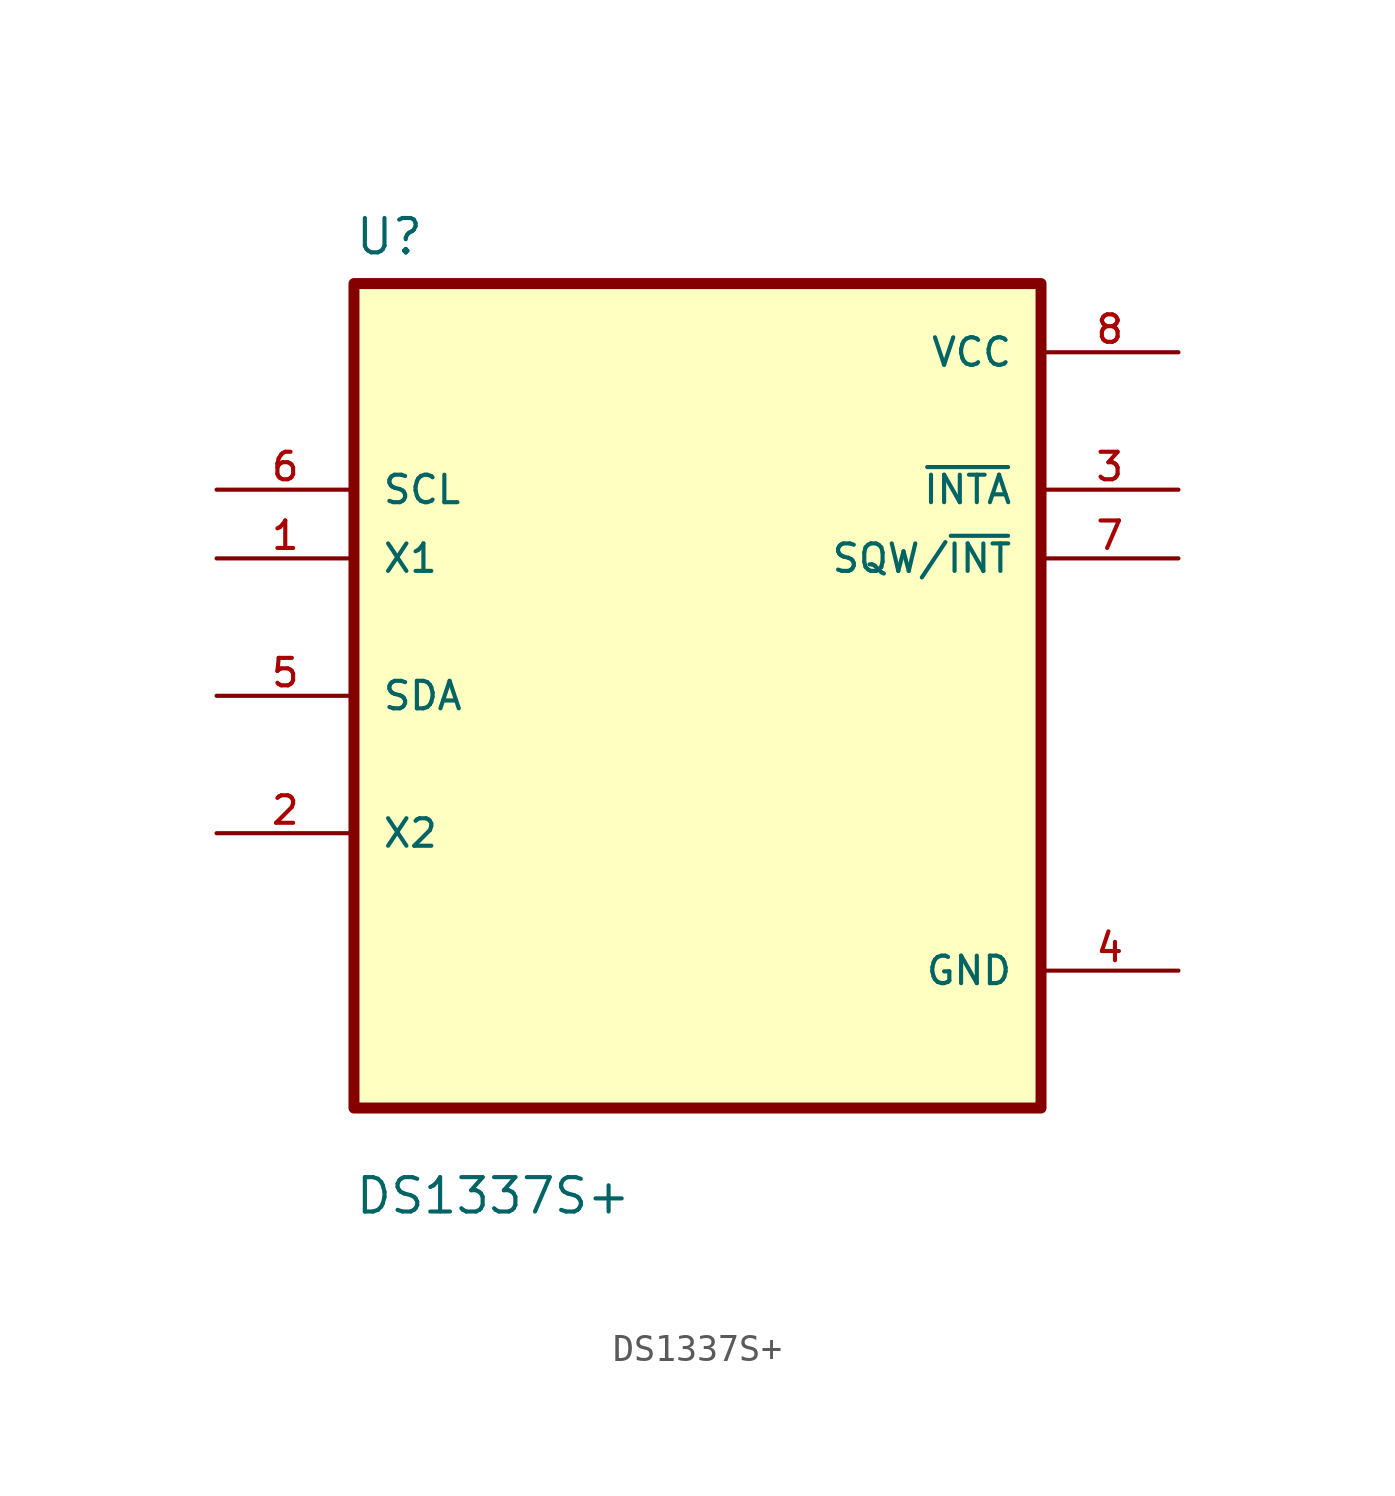
<source format=kicad_sym>
(kicad_symbol_lib
  (version 20231120)
  (generator "kicad_symbol_editor")
  (generator_version "8.0")
  (symbol "DS1337S+"
    (pin_names
      (offset 1.016))
    (property "Reference" "U"
      (at -12.7 16.231 0)
      (effects (font (size 1.27 1.27)) (justify left bottom)))
    (property "Value" "DS1337S+"
      (at -12.7 -19.228 0)
      (effects (font (size 1.27 1.27)) (justify left bottom)))
    (property "ki_locked" ""
      (at 0 0 0)
      (effects (font (size 1.27 1.27))))
    (symbol "DS1337S+_0_0"
      (rectangle (start -12.7 -15.24) (end 12.7 15.24) (stroke (width 0.406) (type solid)) (fill (type background)))
      (pin input line (at -17.78 5.08 0) (length 5.08) (name "X1" (effects (font (size 1.016 1.016)))) (number "1" (effects (font (size 1.016 1.016)))))
      (pin bidirectional line (at -17.78 -5.08 0) (length 5.08) (name "X2" (effects (font (size 1.016 1.016)))) (number "2" (effects (font (size 1.016 1.016)))))
      (pin output line (at 17.78 7.62 180) (length 5.08) (name "~{INTA}" (effects (font (size 1.016 1.016)))) (number "3" (effects (font (size 1.016 1.016)))))
      (pin power_in line (at 17.78 -10.16 180) (length 5.08) (name "GND" (effects (font (size 1.016 1.016)))) (number "4" (effects (font (size 1.016 1.016)))))
      (pin bidirectional line (at -17.78 0 0) (length 5.08) (name "SDA" (effects (font (size 1.016 1.016)))) (number "5" (effects (font (size 1.016 1.016)))))
      (pin input line (at -17.78 7.62 0) (length 5.08) (name "SCL" (effects (font (size 1.016 1.016)))) (number "6" (effects (font (size 1.016 1.016)))))
      (pin output line (at 17.78 5.08 180) (length 5.08) (name "SQW/~{INT}" (effects (font (size 1.016 1.016)))) (number "7" (effects (font (size 1.016 1.016)))))
      (pin power_in line (at 17.78 12.7 180) (length 5.08) (name "VCC" (effects (font (size 1.016 1.016)))) (number "8" (effects (font (size 1.016 1.016))))))))
</source>
